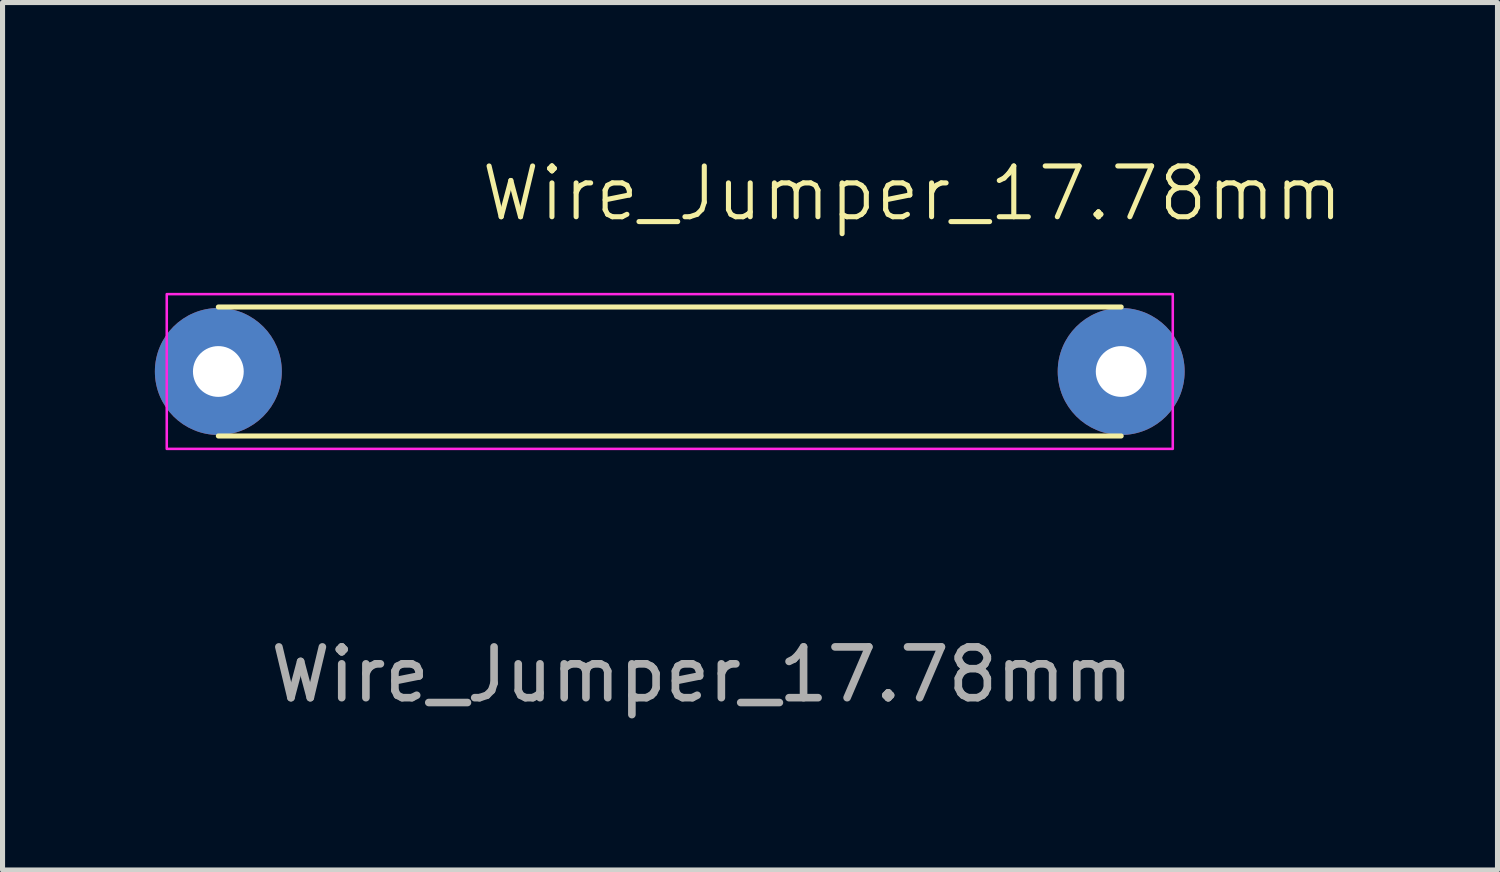
<source format=kicad_pcb>
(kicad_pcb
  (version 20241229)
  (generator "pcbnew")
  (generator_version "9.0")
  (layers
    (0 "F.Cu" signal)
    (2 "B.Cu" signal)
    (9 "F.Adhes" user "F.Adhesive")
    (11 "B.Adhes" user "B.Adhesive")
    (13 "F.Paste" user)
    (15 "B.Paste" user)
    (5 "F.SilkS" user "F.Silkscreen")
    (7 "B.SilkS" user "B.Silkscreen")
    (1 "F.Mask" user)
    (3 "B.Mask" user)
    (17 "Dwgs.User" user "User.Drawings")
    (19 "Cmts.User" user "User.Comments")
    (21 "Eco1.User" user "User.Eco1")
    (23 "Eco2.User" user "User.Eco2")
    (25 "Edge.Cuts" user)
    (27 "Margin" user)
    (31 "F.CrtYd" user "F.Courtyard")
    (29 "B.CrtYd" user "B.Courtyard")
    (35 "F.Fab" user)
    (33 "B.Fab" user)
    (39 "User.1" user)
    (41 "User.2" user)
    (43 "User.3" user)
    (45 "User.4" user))
  (footprint "Wire_Jumper_17.78mm"
    (layer "F.Cu")
    (at 1.25 4.266)
    (property "Reference" "Wire_Jumper_17.78mm" (at 13.665 -3.505 0) (unlocked yes) (layer "F.SilkS") (effects (font (size 1 1) (thickness 0.1))))
    (attr through_hole)
    (fp_line (start 0 -1.27) (end 17.78 -1.27) (stroke (width 0.1) (type default)) (layer "F.SilkS"))
    (fp_line (start 0 1.27) (end 17.78 1.27) (stroke (width 0.1) (type default)) (layer "F.SilkS"))
    (fp_rect (start -1.016 -1.524) (end 18.796 1.524) (stroke (width 0.05) (type default)) (fill no) (layer "F.CrtYd"))
    (fp_text user "${REFERENCE}" (at 9.525 5.969 0) (unlocked yes) (layer "F.Fab") (effects (font (size 1 1) (thickness 0.15))))
    (pad "1" thru_hole circle (at 0 0) (size 2.5 2.5) (drill 1) (layers "*.Cu" "*.Mask"))
    (pad "2" thru_hole circle (at 17.78 0) (size 2.5 2.5) (drill 1) (layers "*.Cu" "*.Mask")))
  (gr_rect
    (start -3 -3)
    (end 26.441 14.083)
    (stroke (width 0.1) (type default))
    (fill no)
    (layer "Edge.Cuts")))
</source>
